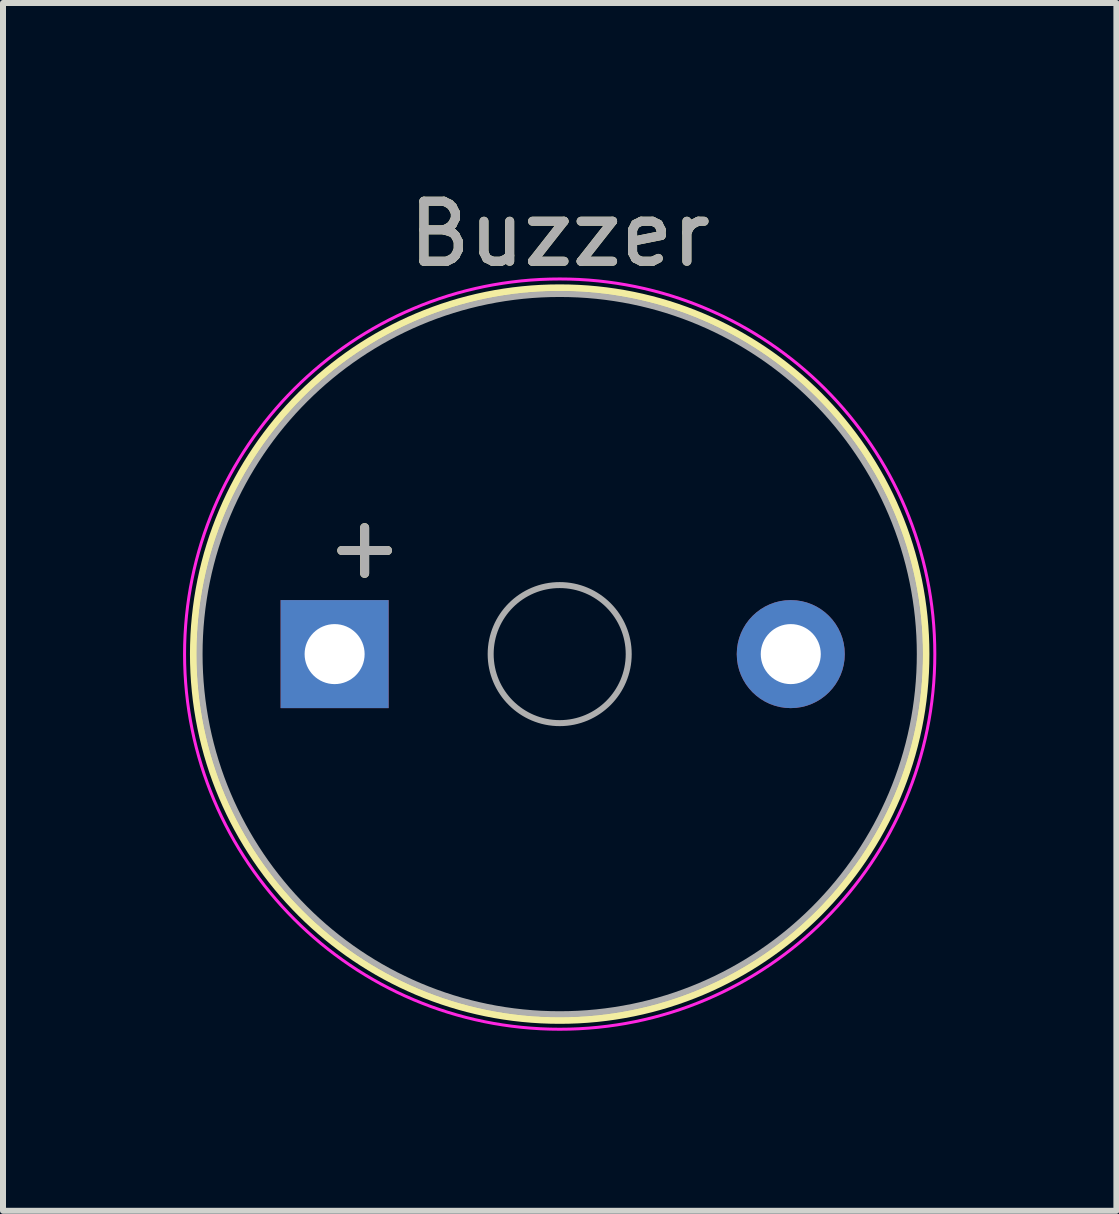
<source format=kicad_pcb>
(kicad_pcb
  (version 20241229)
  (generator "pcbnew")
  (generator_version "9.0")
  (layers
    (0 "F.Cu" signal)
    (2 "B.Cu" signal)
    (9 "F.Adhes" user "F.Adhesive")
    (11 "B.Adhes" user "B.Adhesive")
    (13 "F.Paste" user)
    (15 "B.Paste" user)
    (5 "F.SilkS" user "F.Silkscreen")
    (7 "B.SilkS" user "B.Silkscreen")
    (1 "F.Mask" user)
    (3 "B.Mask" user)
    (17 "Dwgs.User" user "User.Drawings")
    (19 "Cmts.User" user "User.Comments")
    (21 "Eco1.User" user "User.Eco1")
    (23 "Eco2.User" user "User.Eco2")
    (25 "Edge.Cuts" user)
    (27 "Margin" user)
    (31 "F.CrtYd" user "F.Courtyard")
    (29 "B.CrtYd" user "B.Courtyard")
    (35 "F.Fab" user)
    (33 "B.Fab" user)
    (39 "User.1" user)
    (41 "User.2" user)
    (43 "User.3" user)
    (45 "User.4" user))
  (footprint "Buzzer"
    (layer "F.Cu")
    (at 3.025 7.848)
    (property "Reference" "Buzzer" (at 3.25 -7 0) (layer "F.SilkS") (effects (font (size 1 1) (thickness 0.15))))
    (attr through_hole)
    (fp_circle (center 3.25 0) (end 9.35 0) (stroke (width 0.12) (type solid)) (fill no) (layer "F.SilkS"))
    (fp_circle (center 3.25 0) (end 9.5 0) (stroke (width 0.05) (type solid)) (fill no) (layer "F.CrtYd"))
    (fp_circle (center 3.25 0) (end 4.4 0) (stroke (width 0.1) (type solid)) (fill no) (layer "F.Fab"))
    (fp_circle (center 3.25 0) (end 9.25 0) (stroke (width 0.1) (type solid)) (fill no) (layer "F.Fab"))
    (fp_text user "+" (at 0 -1.8 0) (layer "F.SilkS") (effects (font (size 1 1) (thickness 0.15))))
    (fp_text user "${REFERENCE}" (at 3.25 -7 0) (layer "F.Fab") (effects (font (size 1 1) (thickness 0.15))))
    (fp_text user "+" (at 0 -1.8 0) (layer "F.Fab") (effects (font (size 1 1) (thickness 0.15))))
    (pad "1" thru_hole rect (at -0.5 0) (size 1.8 1.8) (drill 1) (layers "*.Cu" "*.Mask"))
    (pad "2" thru_hole circle (at 7.1 0) (size 1.8 1.8) (drill 1) (layers "*.Cu" "*.Mask")))
  (gr_rect
    (start -3 -3)
    (end 15.55 17.123)
    (stroke (width 0.1) (type default))
    (fill no)
    (layer "Edge.Cuts")))
</source>
